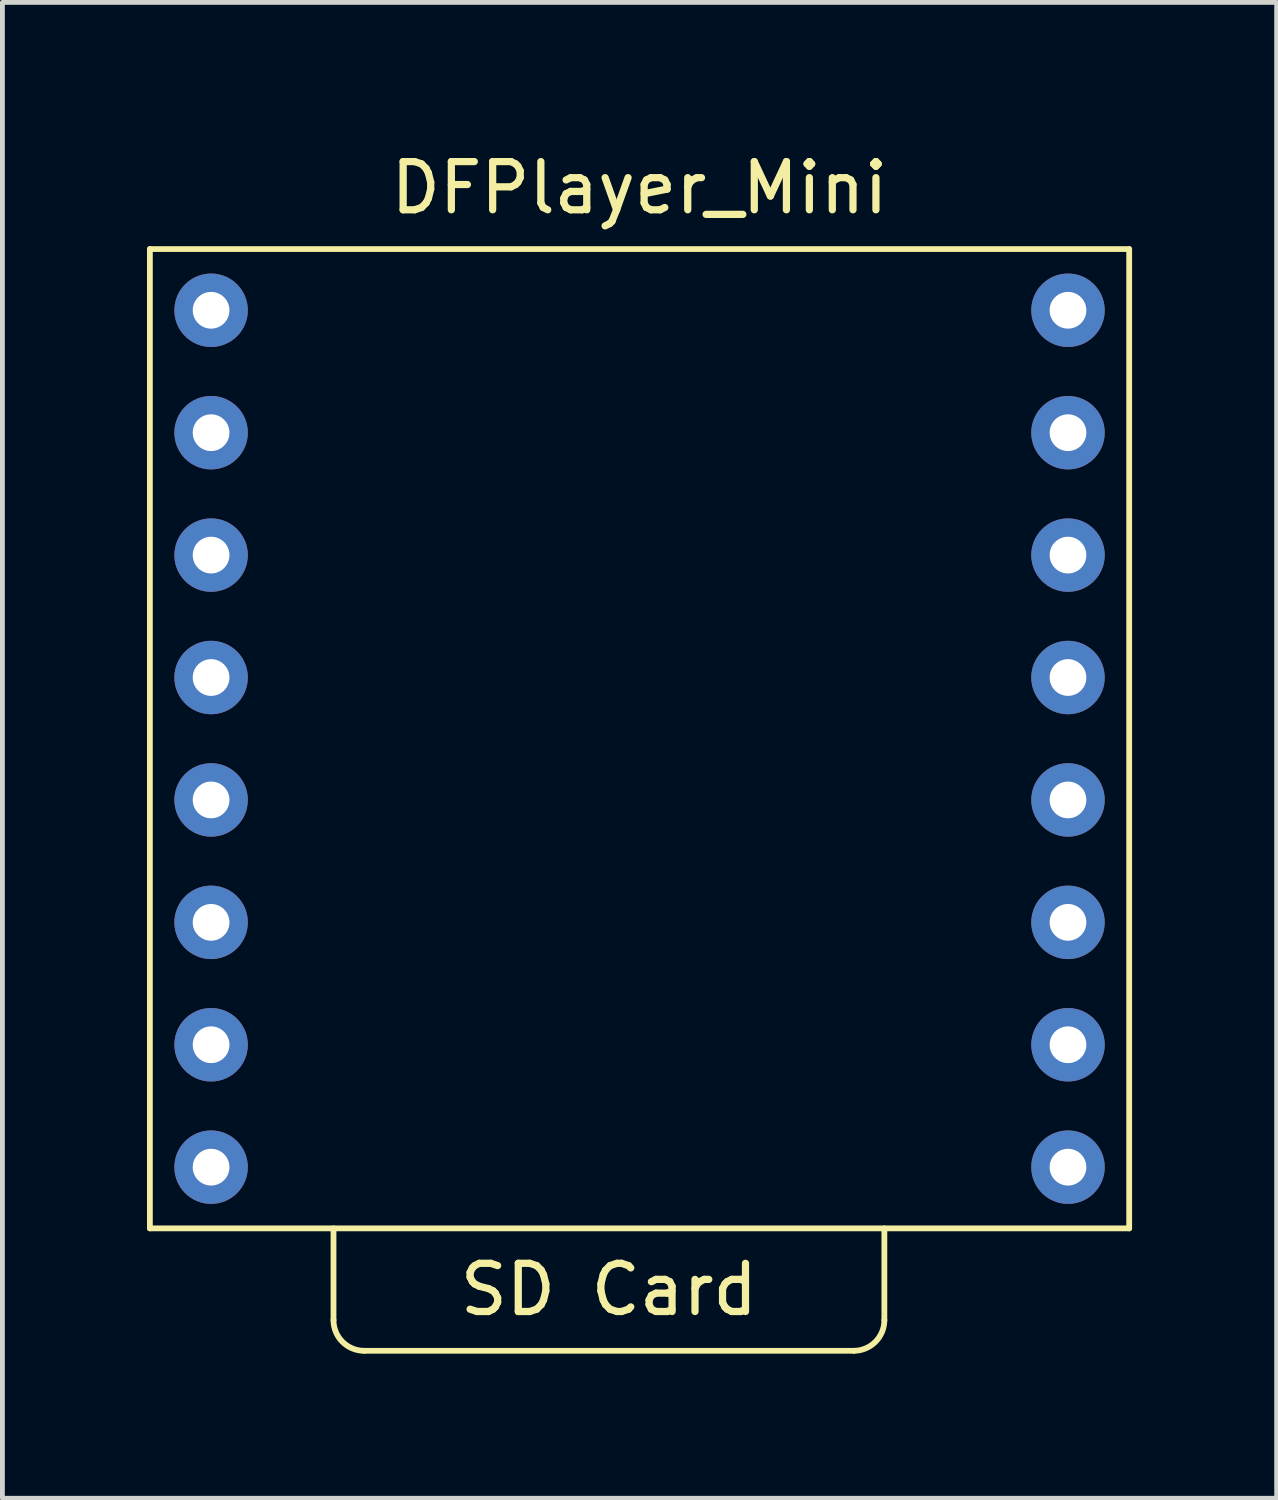
<source format=kicad_pcb>
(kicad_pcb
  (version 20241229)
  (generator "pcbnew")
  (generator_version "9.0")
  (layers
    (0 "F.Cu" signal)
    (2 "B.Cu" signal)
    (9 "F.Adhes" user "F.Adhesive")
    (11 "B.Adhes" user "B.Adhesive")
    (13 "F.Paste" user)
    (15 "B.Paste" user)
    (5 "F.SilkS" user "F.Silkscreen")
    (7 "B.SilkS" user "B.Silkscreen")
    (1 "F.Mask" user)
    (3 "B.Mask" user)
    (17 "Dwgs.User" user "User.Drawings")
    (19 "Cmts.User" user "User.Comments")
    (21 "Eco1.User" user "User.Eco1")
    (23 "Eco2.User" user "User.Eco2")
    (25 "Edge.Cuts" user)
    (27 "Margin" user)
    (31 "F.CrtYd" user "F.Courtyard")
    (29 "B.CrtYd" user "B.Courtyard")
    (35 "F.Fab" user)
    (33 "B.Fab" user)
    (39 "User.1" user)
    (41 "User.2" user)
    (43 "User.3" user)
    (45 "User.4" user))
  (footprint "DFPlayer_Mini"
    (layer "F.Cu")
    (at 10.22 12.278)
    (property "Reference" "DFPlayer_Mini" (at 0 -11.43 0) (layer "F.SilkS") (effects (font (size 1 1) (thickness 0.15))))
    (attr through_hole)
    (fp_line (start -10.16 -10.16) (end 10.16 -10.16) (stroke (width 0.12) (type solid)) (layer "F.SilkS"))
    (fp_line (start -10.16 10.16) (end -10.16 -10.16) (stroke (width 0.12) (type solid)) (layer "F.SilkS"))
    (fp_line (start -6.35 12.065) (end -6.35 10.16) (stroke (width 0.12) (type solid)) (layer "F.SilkS"))
    (fp_line (start -5.715 12.7) (end 4.445 12.7) (stroke (width 0.12) (type solid)) (layer "F.SilkS"))
    (fp_line (start 5.08 12.065) (end 5.08 10.16) (stroke (width 0.12) (type solid)) (layer "F.SilkS"))
    (fp_line (start 10.16 -10.16) (end 10.16 10.16) (stroke (width 0.12) (type solid)) (layer "F.SilkS"))
    (fp_line (start 10.16 10.16) (end -10.16 10.16) (stroke (width 0.12) (type solid)) (layer "F.SilkS"))
    (fp_arc (start -5.715 12.7) (mid -6.164013 12.514013) (end -6.35 12.065) (stroke (width 0.12) (type solid)) (layer "F.SilkS"))
    (fp_arc (start 5.08 12.065) (mid 4.894013 12.514013) (end 4.445 12.7) (stroke (width 0.12) (type solid)) (layer "F.SilkS"))
    (fp_text user "SD Card" (at -0.635 11.43 0) (layer "F.SilkS") (effects (font (size 1 1) (thickness 0.15))))
    (pad "1" thru_hole circle (at -8.89 -8.89) (size 1.524 1.524) (drill 0.762) (layers "*.Cu" "*.Mask"))
    (pad "2" thru_hole circle (at -8.89 -6.35) (size 1.524 1.524) (drill 0.762) (layers "*.Cu" "*.Mask"))
    (pad "3" thru_hole circle (at -8.89 -3.81) (size 1.524 1.524) (drill 0.762) (layers "*.Cu" "*.Mask"))
    (pad "4" thru_hole circle (at -8.89 -1.27) (size 1.524 1.524) (drill 0.762) (layers "*.Cu" "*.Mask"))
    (pad "5" thru_hole circle (at -8.89 1.27) (size 1.524 1.524) (drill 0.762) (layers "*.Cu" "*.Mask"))
    (pad "6" thru_hole circle (at -8.89 3.81) (size 1.524 1.524) (drill 0.762) (layers "*.Cu" "*.Mask"))
    (pad "7" thru_hole circle (at -8.89 6.35) (size 1.524 1.524) (drill 0.762) (layers "*.Cu" "*.Mask"))
    (pad "8" thru_hole circle (at -8.89 8.89) (size 1.524 1.524) (drill 0.762) (layers "*.Cu" "*.Mask"))
    (pad "9" thru_hole circle (at 8.89 8.89) (size 1.524 1.524) (drill 0.762) (layers "*.Cu" "*.Mask"))
    (pad "10" thru_hole circle (at 8.89 6.35) (size 1.524 1.524) (drill 0.762) (layers "*.Cu" "*.Mask"))
    (pad "11" thru_hole circle (at 8.89 3.81) (size 1.524 1.524) (drill 0.762) (layers "*.Cu" "*.Mask"))
    (pad "12" thru_hole circle (at 8.89 1.27) (size 1.524 1.524) (drill 0.762) (layers "*.Cu" "*.Mask"))
    (pad "13" thru_hole circle (at 8.89 -1.27) (size 1.524 1.524) (drill 0.762) (layers "*.Cu" "*.Mask"))
    (pad "14" thru_hole circle (at 8.89 -3.81) (size 1.524 1.524) (drill 0.762) (layers "*.Cu" "*.Mask"))
    (pad "15" thru_hole circle (at 8.89 -6.35) (size 1.524 1.524) (drill 0.762) (layers "*.Cu" "*.Mask"))
    (pad "16" thru_hole circle (at 8.89 -8.89) (size 1.524 1.524) (drill 0.762) (layers "*.Cu" "*.Mask")))
  (gr_rect
    (start -3 -3)
    (end 23.44 28.038)
    (stroke (width 0.1) (type default))
    (fill no)
    (layer "Edge.Cuts")))
</source>
